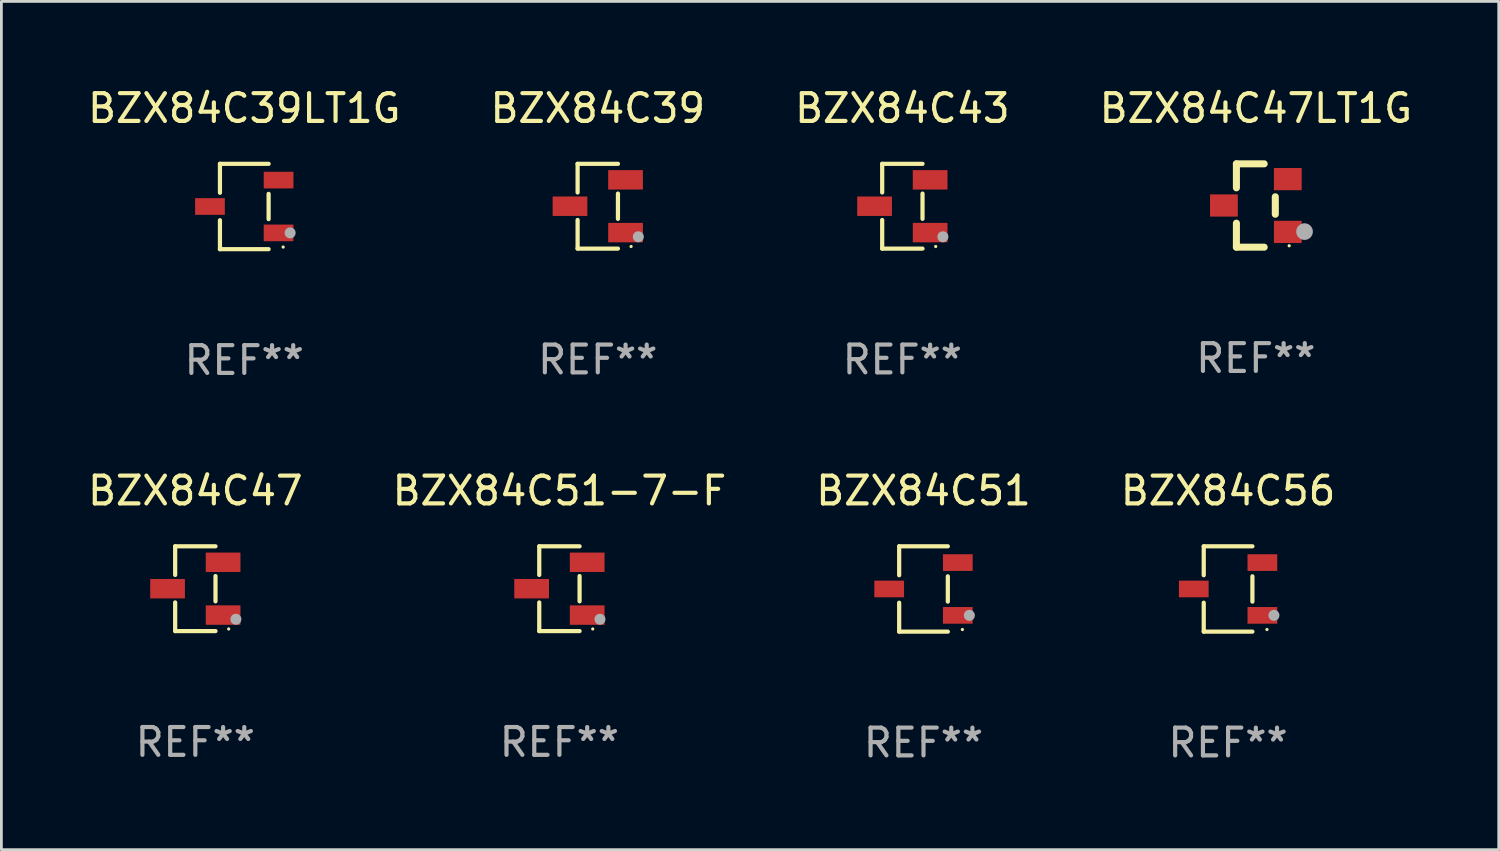
<source format=kicad_pcb>
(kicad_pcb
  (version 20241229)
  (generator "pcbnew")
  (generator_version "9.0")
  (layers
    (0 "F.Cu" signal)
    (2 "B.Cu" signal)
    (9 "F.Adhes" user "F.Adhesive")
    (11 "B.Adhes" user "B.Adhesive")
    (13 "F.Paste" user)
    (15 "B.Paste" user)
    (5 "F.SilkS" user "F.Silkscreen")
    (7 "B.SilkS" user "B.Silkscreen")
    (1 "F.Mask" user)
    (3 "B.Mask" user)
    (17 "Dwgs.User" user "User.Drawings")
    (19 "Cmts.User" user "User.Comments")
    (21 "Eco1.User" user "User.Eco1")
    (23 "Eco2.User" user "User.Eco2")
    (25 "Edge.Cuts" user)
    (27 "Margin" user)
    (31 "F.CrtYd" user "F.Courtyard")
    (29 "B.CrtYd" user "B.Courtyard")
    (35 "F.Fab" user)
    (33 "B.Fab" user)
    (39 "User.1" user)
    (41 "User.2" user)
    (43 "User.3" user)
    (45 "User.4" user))
  (footprint "BZX84C43"
    (layer "F.Cu")
    (at 29.435 4.374)
    (property "Reference" "BZX84C43" (at 0 -3.526 0) (layer "F.SilkS") (effects (font (size 1 1) (thickness 0.15))))
    (attr through_hole)
    (fp_line (start -0.726 -1.526) (end -0.726 -0.495) (stroke (width 0.152) (type solid)) (layer "F.SilkS"))
    (fp_line (start -0.726 1.526) (end -0.726 0.495) (stroke (width 0.152) (type solid)) (layer "F.SilkS"))
    (fp_line (start 0.726 -1.526) (end -0.726 -1.526) (stroke (width 0.152) (type solid)) (layer "F.SilkS"))
    (fp_line (start 0.726 -0.455) (end 0.726 0.455) (stroke (width 0.152) (type solid)) (layer "F.SilkS"))
    (fp_line (start 0.726 1.526) (end -0.726 1.526) (stroke (width 0.152) (type solid)) (layer "F.SilkS"))
    (fp_circle (center 1.2 1.45) (end 1.23 1.45) (stroke (width 0.06) (type solid)) (fill no) (layer "F.SilkS"))
    (fp_circle (center 1.46 1.1) (end 1.56 1.1) (stroke (width 0.2) (type solid)) (fill no) (layer "F.Fab"))
    (fp_text user "REF**" (at 0 5.526 0) (layer "F.Fab") (effects (font (size 1 1) (thickness 0.15))))
    (pad "1" smd rect (at 1 0.95) (size 1.25 0.7) (layers "F.Cu" "F.Mask" "F.Paste"))
    (pad "2" smd rect (at 1 -0.95) (size 1.25 0.7) (layers "F.Cu" "F.Mask" "F.Paste"))
    (pad "3" smd rect (at -1 0) (size 1.25 0.7) (layers "F.Cu" "F.Mask" "F.Paste")))
  (footprint "BZX84C47"
    (layer "F.Cu")
    (at 3.982 18.143)
    (property "Reference" "BZX84C47" (at 0 -3.526 0) (layer "F.SilkS") (effects (font (size 1 1) (thickness 0.15))))
    (attr through_hole)
    (fp_line (start -0.726 -1.526) (end -0.726 -0.495) (stroke (width 0.152) (type solid)) (layer "F.SilkS"))
    (fp_line (start -0.726 1.526) (end -0.726 0.495) (stroke (width 0.152) (type solid)) (layer "F.SilkS"))
    (fp_line (start 0.726 -1.526) (end -0.726 -1.526) (stroke (width 0.152) (type solid)) (layer "F.SilkS"))
    (fp_line (start 0.726 -0.455) (end 0.726 0.455) (stroke (width 0.152) (type solid)) (layer "F.SilkS"))
    (fp_line (start 0.726 1.526) (end -0.726 1.526) (stroke (width 0.152) (type solid)) (layer "F.SilkS"))
    (fp_circle (center 1.2 1.45) (end 1.23 1.45) (stroke (width 0.06) (type solid)) (fill no) (layer "F.SilkS"))
    (fp_circle (center 1.46 1.1) (end 1.56 1.1) (stroke (width 0.2) (type solid)) (fill no) (layer "F.Fab"))
    (fp_text user "REF**" (at 0 5.526 0) (layer "F.Fab") (effects (font (size 1 1) (thickness 0.15))))
    (pad "1" smd rect (at 1 0.95) (size 1.25 0.7) (layers "F.Cu" "F.Mask" "F.Paste"))
    (pad "2" smd rect (at 1 -0.95) (size 1.25 0.7) (layers "F.Cu" "F.Mask" "F.Paste"))
    (pad "3" smd rect (at -1 0) (size 1.25 0.7) (layers "F.Cu" "F.Mask" "F.Paste")))
  (footprint "BZX84C39LT1G"
    (layer "F.Cu")
    (at 5.744 4.384)
    (property "Reference" "BZX84C39LT1G" (at 0 -3.536 0) (layer "F.SilkS") (effects (font (size 1 1) (thickness 0.15))))
    (attr through_hole)
    (fp_line (start -0.876 -1.536) (end -0.876 -0.495) (stroke (width 0.152) (type solid)) (layer "F.SilkS"))
    (fp_line (start -0.876 1.536) (end -0.876 0.495) (stroke (width 0.152) (type solid)) (layer "F.SilkS"))
    (fp_line (start 0.876 -1.536) (end -0.876 -1.536) (stroke (width 0.152) (type solid)) (layer "F.SilkS"))
    (fp_line (start 0.876 -0.455) (end 0.876 0.455) (stroke (width 0.152) (type solid)) (layer "F.SilkS"))
    (fp_line (start 0.876 1.536) (end -0.876 1.536) (stroke (width 0.152) (type solid)) (layer "F.SilkS"))
    (fp_circle (center 1.4 1.46) (end 1.43 1.46) (stroke (width 0.06) (type solid)) (fill no) (layer "F.SilkS"))
    (fp_circle (center 1.651 0.95) (end 1.751 0.95) (stroke (width 0.2) (type solid)) (fill no) (layer "F.Fab"))
    (fp_text user "REF**" (at 0 5.536 0) (layer "F.Fab") (effects (font (size 1 1) (thickness 0.15))))
    (pad "1" smd rect (at 1.235 0.95) (size 1.07 0.6) (layers "F.Cu" "F.Mask" "F.Paste"))
    (pad "2" smd rect (at 1.235 -0.95) (size 1.07 0.6) (layers "F.Cu" "F.Mask" "F.Paste"))
    (pad "3" smd rect (at -1.235 0) (size 1.07 0.6) (layers "F.Cu" "F.Mask" "F.Paste")))
  (footprint "BZX84C51-7-F"
    (layer "F.Cu")
    (at 17.089 18.143)
    (property "Reference" "BZX84C51-7-F" (at 0 -3.526 0) (layer "F.SilkS") (effects (font (size 1 1) (thickness 0.15))))
    (attr through_hole)
    (fp_line (start -0.726 -1.526) (end -0.726 -0.495) (stroke (width 0.152) (type solid)) (layer "F.SilkS"))
    (fp_line (start -0.726 1.526) (end -0.726 0.495) (stroke (width 0.152) (type solid)) (layer "F.SilkS"))
    (fp_line (start 0.726 -1.526) (end -0.726 -1.526) (stroke (width 0.152) (type solid)) (layer "F.SilkS"))
    (fp_line (start 0.726 -0.455) (end 0.726 0.455) (stroke (width 0.152) (type solid)) (layer "F.SilkS"))
    (fp_line (start 0.726 1.526) (end -0.726 1.526) (stroke (width 0.152) (type solid)) (layer "F.SilkS"))
    (fp_circle (center 1.2 1.45) (end 1.23 1.45) (stroke (width 0.06) (type solid)) (fill no) (layer "F.SilkS"))
    (fp_circle (center 1.46 1.1) (end 1.56 1.1) (stroke (width 0.2) (type solid)) (fill no) (layer "F.Fab"))
    (fp_text user "REF**" (at 0 5.526 0) (layer "F.Fab") (effects (font (size 1 1) (thickness 0.15))))
    (pad "1" smd rect (at 1 0.95) (size 1.25 0.7) (layers "F.Cu" "F.Mask" "F.Paste"))
    (pad "2" smd rect (at 1 -0.95) (size 1.25 0.7) (layers "F.Cu" "F.Mask" "F.Paste"))
    (pad "3" smd rect (at -1 0) (size 1.25 0.7) (layers "F.Cu" "F.Mask" "F.Paste")))
  (footprint "BZX84C47LT1G"
    (layer "F.Cu")
    (at 42.161 4.348)
    (property "Reference" "BZX84C47LT1G" (at 0 -3.5 0) (layer "F.SilkS") (effects (font (size 1 1) (thickness 0.15))))
    (attr through_hole)
    (fp_line (start -0.7 -1.5) (end 0.3 -1.5) (stroke (width 0.254) (type solid)) (layer "F.SilkS"))
    (fp_line (start -0.7 -0.636) (end -0.7 -1.5) (stroke (width 0.254) (type solid)) (layer "F.SilkS"))
    (fp_line (start -0.7 1.5) (end -0.7 0.636) (stroke (width 0.254) (type solid)) (layer "F.SilkS"))
    (fp_line (start -0.7 1.5) (end 0.3 1.5) (stroke (width 0.254) (type solid)) (layer "F.SilkS"))
    (fp_line (start 0.7 0.314) (end 0.7 -0.314) (stroke (width 0.254) (type solid)) (layer "F.SilkS"))
    (fp_circle (center 1.2 1.45) (end 1.23 1.45) (stroke (width 0.06) (type solid)) (fill no) (layer "F.SilkS"))
    (fp_circle (center 1.753 0.94) (end 1.903 0.94) (stroke (width 0.3) (type solid)) (fill no) (layer "F.Fab"))
    (fp_text user "REF**" (at 0 5.5 0) (layer "F.Fab") (effects (font (size 1 1) (thickness 0.15))))
    (pad "1" smd rect (at 1.15 0.95 180) (size 1 0.8) (layers "F.Cu" "F.Mask" "F.Paste"))
    (pad "2" smd rect (at 1.15 -0.95 180) (size 1 0.8) (layers "F.Cu" "F.Mask" "F.Paste"))
    (pad "3" smd rect (at -1.15 -0.000051 180) (size 1 0.8) (layers "F.Cu" "F.Mask" "F.Paste")))
  (footprint "BZX84C56"
    (layer "F.Cu")
    (at 41.161 18.153)
    (property "Reference" "BZX84C56" (at 0 -3.536 0) (layer "F.SilkS") (effects (font (size 1 1) (thickness 0.15))))
    (attr through_hole)
    (fp_line (start -0.876 -1.536) (end -0.876 -0.495) (stroke (width 0.152) (type solid)) (layer "F.SilkS"))
    (fp_line (start -0.876 1.536) (end -0.876 0.495) (stroke (width 0.152) (type solid)) (layer "F.SilkS"))
    (fp_line (start 0.876 -1.536) (end -0.876 -1.536) (stroke (width 0.152) (type solid)) (layer "F.SilkS"))
    (fp_line (start 0.876 -0.455) (end 0.876 0.455) (stroke (width 0.152) (type solid)) (layer "F.SilkS"))
    (fp_line (start 0.876 1.536) (end -0.876 1.536) (stroke (width 0.152) (type solid)) (layer "F.SilkS"))
    (fp_circle (center 1.4 1.46) (end 1.43 1.46) (stroke (width 0.06) (type solid)) (fill no) (layer "F.SilkS"))
    (fp_circle (center 1.651 0.95) (end 1.751 0.95) (stroke (width 0.2) (type solid)) (fill no) (layer "F.Fab"))
    (fp_text user "REF**" (at 0 5.536 0) (layer "F.Fab") (effects (font (size 1 1) (thickness 0.15))))
    (pad "1" smd rect (at 1.235 0.95) (size 1.07 0.6) (layers "F.Cu" "F.Mask" "F.Paste"))
    (pad "2" smd rect (at 1.235 -0.95) (size 1.07 0.6) (layers "F.Cu" "F.Mask" "F.Paste"))
    (pad "3" smd rect (at -1.235 0) (size 1.07 0.6) (layers "F.Cu" "F.Mask" "F.Paste")))
  (footprint "BZX84C51"
    (layer "F.Cu")
    (at 30.196 18.153)
    (property "Reference" "BZX84C51" (at 0 -3.536 0) (layer "F.SilkS") (effects (font (size 1 1) (thickness 0.15))))
    (attr through_hole)
    (fp_line (start -0.876 -1.536) (end -0.876 -0.495) (stroke (width 0.152) (type solid)) (layer "F.SilkS"))
    (fp_line (start -0.876 1.536) (end -0.876 0.495) (stroke (width 0.152) (type solid)) (layer "F.SilkS"))
    (fp_line (start 0.876 -1.536) (end -0.876 -1.536) (stroke (width 0.152) (type solid)) (layer "F.SilkS"))
    (fp_line (start 0.876 -0.455) (end 0.876 0.455) (stroke (width 0.152) (type solid)) (layer "F.SilkS"))
    (fp_line (start 0.876 1.536) (end -0.876 1.536) (stroke (width 0.152) (type solid)) (layer "F.SilkS"))
    (fp_circle (center 1.4 1.46) (end 1.43 1.46) (stroke (width 0.06) (type solid)) (fill no) (layer "F.SilkS"))
    (fp_circle (center 1.651 0.95) (end 1.751 0.95) (stroke (width 0.2) (type solid)) (fill no) (layer "F.Fab"))
    (fp_text user "REF**" (at 0 5.536 0) (layer "F.Fab") (effects (font (size 1 1) (thickness 0.15))))
    (pad "1" smd rect (at 1.235 0.95) (size 1.07 0.6) (layers "F.Cu" "F.Mask" "F.Paste"))
    (pad "2" smd rect (at 1.235 -0.95) (size 1.07 0.6) (layers "F.Cu" "F.Mask" "F.Paste"))
    (pad "3" smd rect (at -1.235 0) (size 1.07 0.6) (layers "F.Cu" "F.Mask" "F.Paste")))
  (footprint "BZX84C39"
    (layer "F.Cu")
    (at 18.47 4.374)
    (property "Reference" "BZX84C39" (at 0 -3.526 0) (layer "F.SilkS") (effects (font (size 1 1) (thickness 0.15))))
    (attr through_hole)
    (fp_line (start -0.726 -1.526) (end -0.726 -0.495) (stroke (width 0.152) (type solid)) (layer "F.SilkS"))
    (fp_line (start -0.726 1.526) (end -0.726 0.495) (stroke (width 0.152) (type solid)) (layer "F.SilkS"))
    (fp_line (start 0.726 -1.526) (end -0.726 -1.526) (stroke (width 0.152) (type solid)) (layer "F.SilkS"))
    (fp_line (start 0.726 -0.455) (end 0.726 0.455) (stroke (width 0.152) (type solid)) (layer "F.SilkS"))
    (fp_line (start 0.726 1.526) (end -0.726 1.526) (stroke (width 0.152) (type solid)) (layer "F.SilkS"))
    (fp_circle (center 1.2 1.45) (end 1.23 1.45) (stroke (width 0.06) (type solid)) (fill no) (layer "F.SilkS"))
    (fp_circle (center 1.46 1.1) (end 1.56 1.1) (stroke (width 0.2) (type solid)) (fill no) (layer "F.Fab"))
    (fp_text user "REF**" (at 0 5.526 0) (layer "F.Fab") (effects (font (size 1 1) (thickness 0.15))))
    (pad "1" smd rect (at 1 0.95) (size 1.25 0.7) (layers "F.Cu" "F.Mask" "F.Paste"))
    (pad "2" smd rect (at 1 -0.95) (size 1.25 0.7) (layers "F.Cu" "F.Mask" "F.Paste"))
    (pad "3" smd rect (at -1 0) (size 1.25 0.7) (layers "F.Cu" "F.Mask" "F.Paste")))
  (gr_rect
    (start -3 -3)
    (end 50.905 27.538)
    (stroke (width 0.1) (type default))
    (fill no)
    (layer "Edge.Cuts")))
</source>
